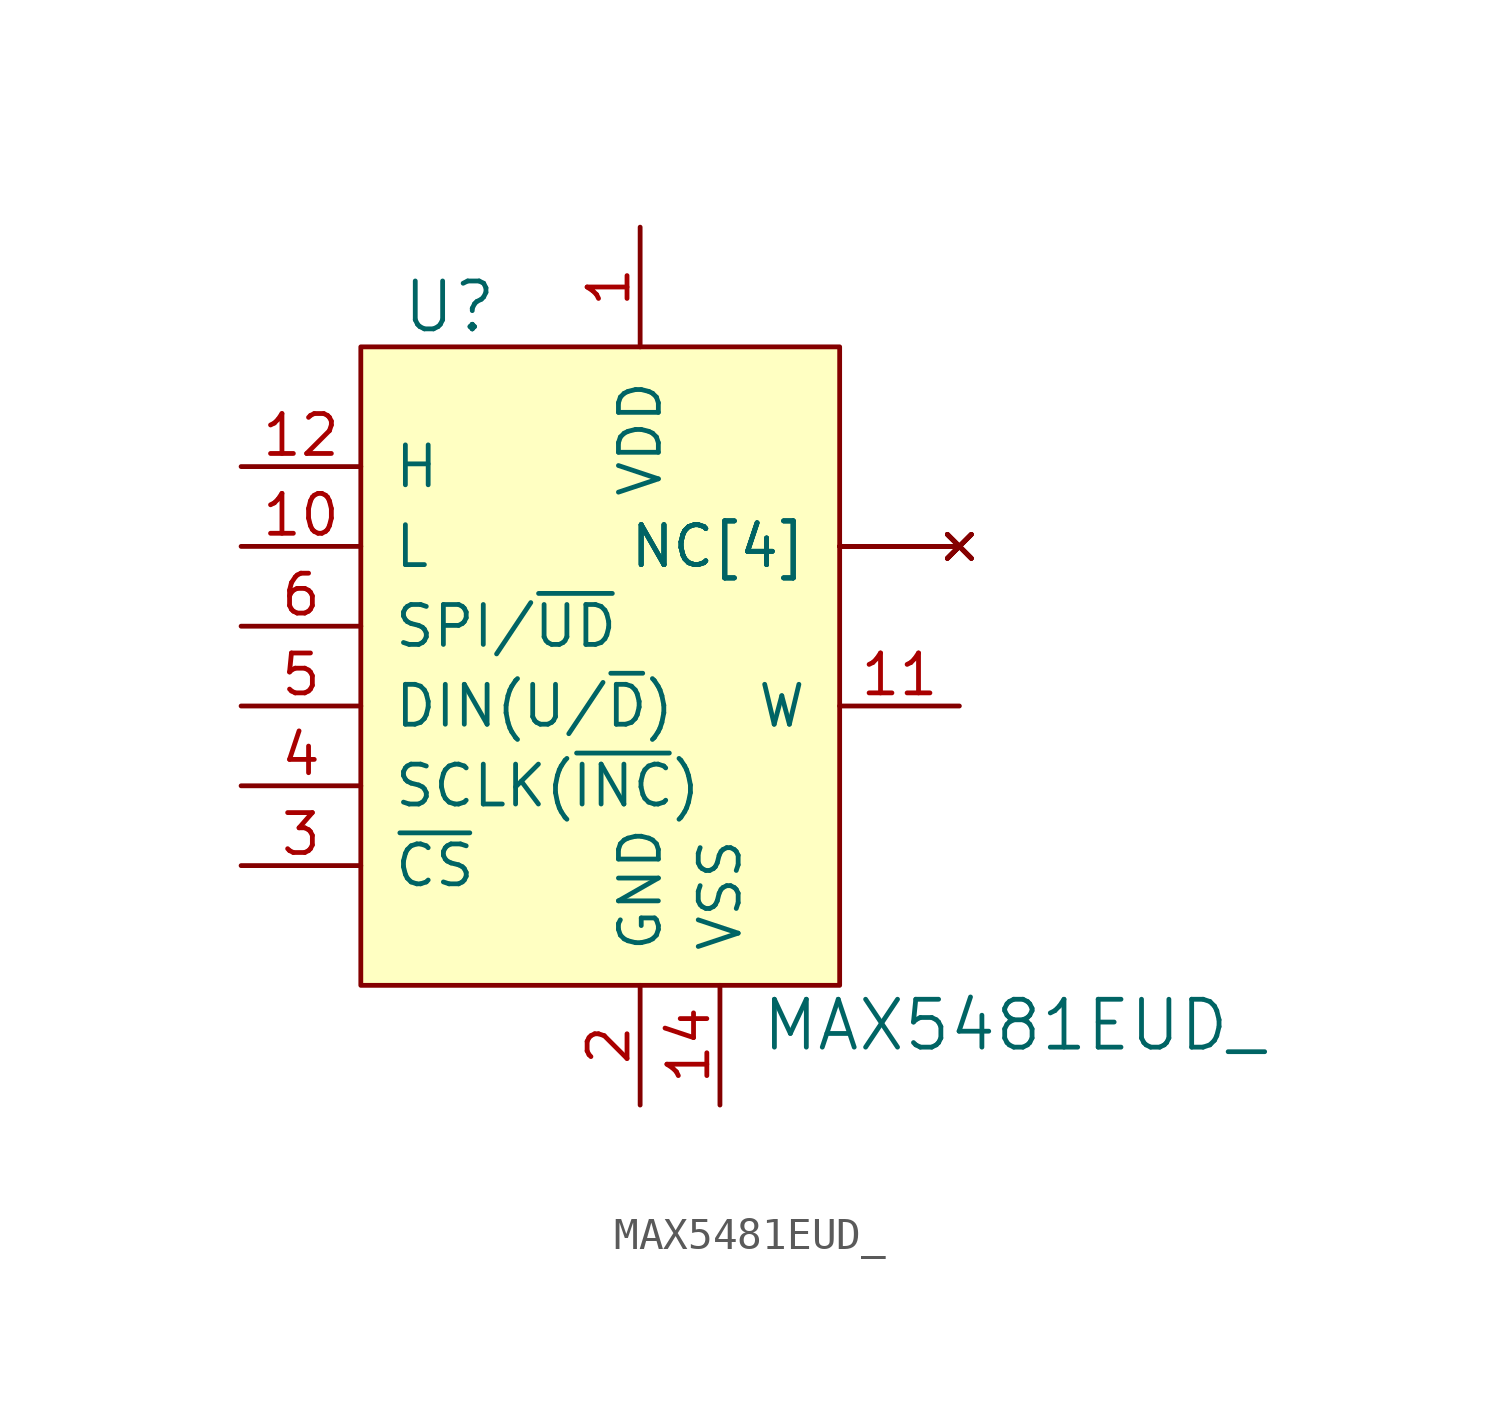
<source format=kicad_sym>
(kicad_symbol_lib
  (version 20211014)
  (generator kicad_symbol_editor)
  (symbol "MAX5481EUD_"
    (pin_names
      (offset 1.016))
    (property "Reference" "U"
      (at -7.62 10.16 0)
      (effects (font (size 1.524 1.524)) (justify left)))
    (property "Value" "MAX5481EUD_"
      (at 3.81 -12.7 0)
      (effects (font (size 1.524 1.524)) (justify left)))
    (symbol "MAX5481EUD__0_1"
      (rectangle (start -8.89 8.89) (end 6.35 -11.43) (stroke (width 0) (type default) (color 0 0 0 0)) (fill (type background))))
    (symbol "MAX5481EUD__1_1"
      (pin power_in line (at 0 12.7 270) (length 3.81) (name "VDD" (effects (font (size 1.27 1.27)))) (number "1" (effects (font (size 1.27 1.27)))))
      (pin input line (at -12.7 2.54 0) (length 3.81) (name "L" (effects (font (size 1.27 1.27)))) (number "10" (effects (font (size 1.27 1.27)))))
      (pin output line (at 10.16 -2.54 180) (length 3.81) (name "W" (effects (font (size 1.27 1.27)))) (number "11" (effects (font (size 1.27 1.27)))))
      (pin input line (at -12.7 5.08 0) (length 3.81) (name "H" (effects (font (size 1.27 1.27)))) (number "12" (effects (font (size 1.27 1.27)))))
      (pin no_connect line (at 10.16 2.54 180) (length 3.81) (name "NC[4]" (effects (font (size 1.27 1.27)))) (number "13" (effects (font (size 0 0)))))
      (pin power_in line (at 2.54 -15.24 90) (length 3.81) (name "VSS" (effects (font (size 1.27 1.27)))) (number "14" (effects (font (size 1.27 1.27)))))
      (pin power_in line (at 0 -15.24 90) (length 3.81) (name "GND" (effects (font (size 1.27 1.27)))) (number "2" (effects (font (size 1.27 1.27)))))
      (pin input line (at -12.7 -7.62 0) (length 3.81) (name "~{CS}" (effects (font (size 1.27 1.27)))) (number "3" (effects (font (size 1.27 1.27)))))
      (pin input line (at -12.7 -5.08 0) (length 3.81) (name "SCLK(~{INC})" (effects (font (size 1.27 1.27)))) (number "4" (effects (font (size 1.27 1.27)))))
      (pin input line (at -12.7 -2.54 0) (length 3.81) (name "DIN(U/~{D})" (effects (font (size 1.27 1.27)))) (number "5" (effects (font (size 1.27 1.27)))))
      (pin input line (at -12.7 0 0) (length 3.81) (name "SPI/~{UD}" (effects (font (size 1.27 1.27)))) (number "6" (effects (font (size 1.27 1.27)))))
      (pin no_connect line (at 10.16 2.54 180) (length 3.81) (name "NC[4]" (effects (font (size 1.27 1.27)))) (number "7" (effects (font (size 0 0)))))
      (pin no_connect line (at 10.16 2.54 180) (length 3.81) (name "NC[4]" (effects (font (size 1.27 1.27)))) (number "8" (effects (font (size 0 0)))))
      (pin no_connect line (at 10.16 2.54 180) (length 3.81) (name "NC[4]" (effects (font (size 1.27 1.27)))) (number "9" (effects (font (size 0 0))))))))
</source>
